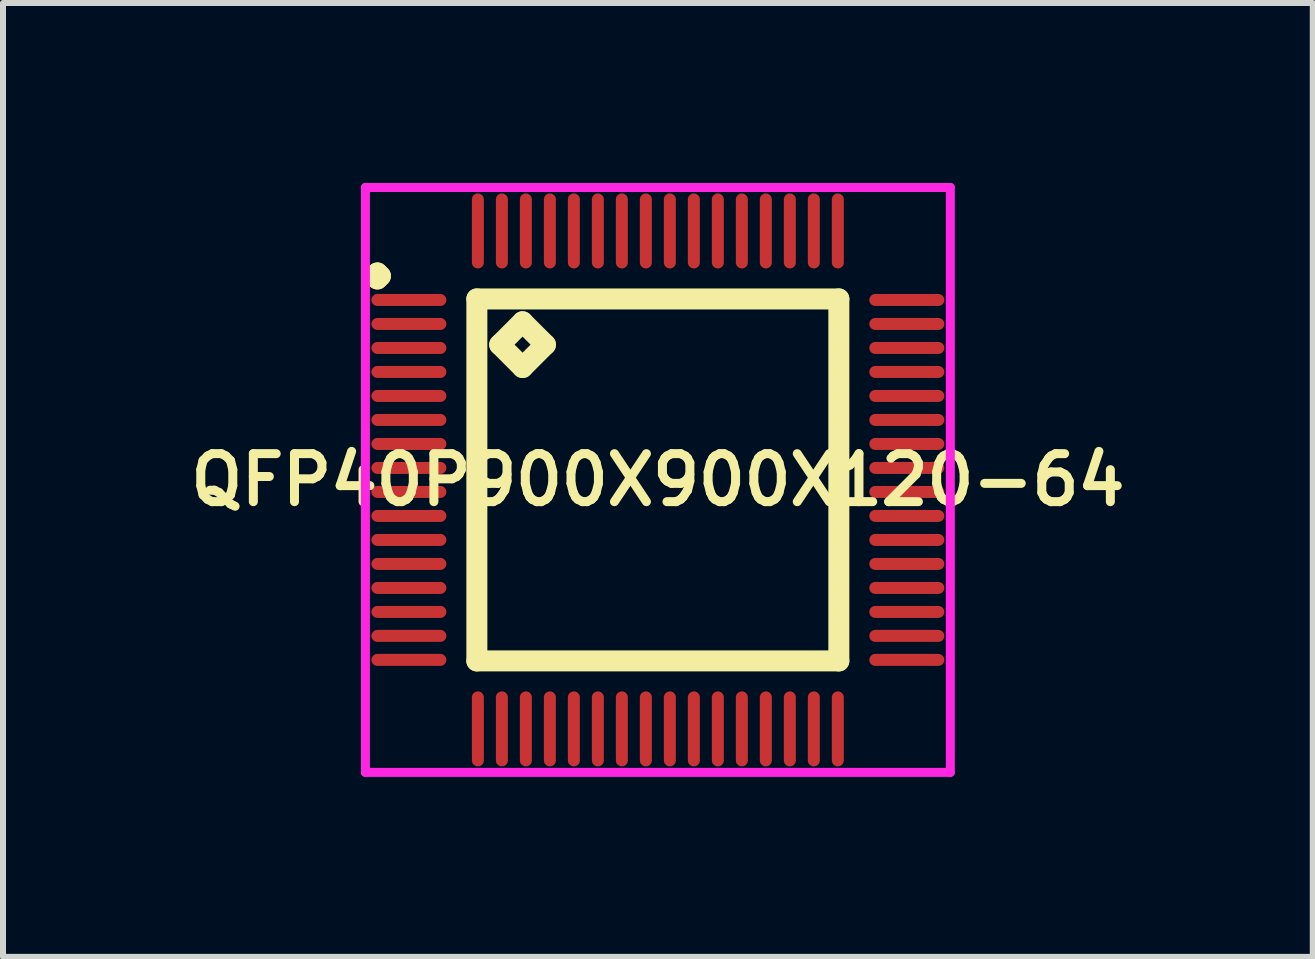
<source format=kicad_pcb>
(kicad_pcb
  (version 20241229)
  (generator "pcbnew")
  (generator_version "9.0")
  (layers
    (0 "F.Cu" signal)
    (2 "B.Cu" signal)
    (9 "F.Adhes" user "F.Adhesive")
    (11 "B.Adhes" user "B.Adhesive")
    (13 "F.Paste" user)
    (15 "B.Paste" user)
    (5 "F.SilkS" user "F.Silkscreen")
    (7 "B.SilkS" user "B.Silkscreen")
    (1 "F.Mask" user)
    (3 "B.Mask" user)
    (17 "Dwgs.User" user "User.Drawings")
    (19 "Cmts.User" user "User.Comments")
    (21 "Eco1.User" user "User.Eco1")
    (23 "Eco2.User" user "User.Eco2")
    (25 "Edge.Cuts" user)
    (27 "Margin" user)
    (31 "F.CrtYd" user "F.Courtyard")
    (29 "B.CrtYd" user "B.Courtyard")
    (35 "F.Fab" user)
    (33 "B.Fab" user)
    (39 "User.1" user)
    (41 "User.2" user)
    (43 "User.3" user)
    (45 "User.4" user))
  (footprint "QFP40P900X900X120-64"
    (layer "F.Cu")
    (at 7.916 4.95)
    (property "Reference" "QFP40P900X900X120-64" (at 0 0 0) (layer "F.SilkS") (effects (font (size 0.8 0.8) (thickness 0.15))))
    (attr smd)
    (fp_line (start -4.725 -3.4) (end -4.675 -3.45) (stroke (width 0.35) (type solid)) (layer "F.SilkS"))
    (fp_line (start -4.675 -3.45) (end -4.625 -3.4) (stroke (width 0.35) (type solid)) (layer "F.SilkS"))
    (fp_line (start -4.675 -3.35) (end -4.725 -3.4) (stroke (width 0.35) (type solid)) (layer "F.SilkS"))
    (fp_line (start -4.625 -3.4) (end -4.675 -3.35) (stroke (width 0.35) (type solid)) (layer "F.SilkS"))
    (fp_line (start -3.017 -3.017) (end -3.017 3.017) (stroke (width 0.35) (type solid)) (layer "F.SilkS"))
    (fp_line (start -3.017 3.017) (end 3.017 3.017) (stroke (width 0.35) (type solid)) (layer "F.SilkS"))
    (fp_line (start -2.636 -2.255) (end -2.255 -2.636) (stroke (width 0.35) (type solid)) (layer "F.SilkS"))
    (fp_line (start -2.255 -2.636) (end -1.874 -2.255) (stroke (width 0.35) (type solid)) (layer "F.SilkS"))
    (fp_line (start -2.255 -1.874) (end -2.636 -2.255) (stroke (width 0.35) (type solid)) (layer "F.SilkS"))
    (fp_line (start -1.874 -2.255) (end -2.255 -1.874) (stroke (width 0.35) (type solid)) (layer "F.SilkS"))
    (fp_line (start 3.017 -3.017) (end -3.017 -3.017) (stroke (width 0.35) (type solid)) (layer "F.SilkS"))
    (fp_line (start 3.017 3.017) (end 3.017 -3.017) (stroke (width 0.35) (type solid)) (layer "F.SilkS"))
    (fp_line (start -4.875 -4.875) (end 4.875 -4.875) (stroke (width 0.15) (type solid)) (layer "F.CrtYd"))
    (fp_line (start -4.875 4.875) (end -4.875 -4.875) (stroke (width 0.15) (type solid)) (layer "F.CrtYd"))
    (fp_line (start 4.875 -4.875) (end 4.875 4.875) (stroke (width 0.15) (type solid)) (layer "F.CrtYd"))
    (fp_line (start 4.875 4.875) (end -4.875 4.875) (stroke (width 0.15) (type solid)) (layer "F.CrtYd"))
    (pad "1" smd oval (at -4.15 -3) (size 1.25 0.2) (layers "F.Cu" "F.Mask" "F.Paste"))
    (pad "2" smd oval (at -4.15 -2.6) (size 1.25 0.2) (layers "F.Cu" "F.Mask" "F.Paste"))
    (pad "3" smd oval (at -4.15 -2.2) (size 1.25 0.2) (layers "F.Cu" "F.Mask" "F.Paste"))
    (pad "4" smd oval (at -4.15 -1.8) (size 1.25 0.2) (layers "F.Cu" "F.Mask" "F.Paste"))
    (pad "5" smd oval (at -4.15 -1.4) (size 1.25 0.2) (layers "F.Cu" "F.Mask" "F.Paste"))
    (pad "6" smd oval (at -4.15 -1) (size 1.25 0.2) (layers "F.Cu" "F.Mask" "F.Paste"))
    (pad "7" smd oval (at -4.15 -0.6) (size 1.25 0.2) (layers "F.Cu" "F.Mask" "F.Paste"))
    (pad "8" smd oval (at -4.15 -0.2) (size 1.25 0.2) (layers "F.Cu" "F.Mask" "F.Paste"))
    (pad "9" smd oval (at -4.15 0.2) (size 1.25 0.2) (layers "F.Cu" "F.Mask" "F.Paste"))
    (pad "10" smd oval (at -4.15 0.6) (size 1.25 0.2) (layers "F.Cu" "F.Mask" "F.Paste"))
    (pad "11" smd oval (at -4.15 1) (size 1.25 0.2) (layers "F.Cu" "F.Mask" "F.Paste"))
    (pad "12" smd oval (at -4.15 1.4) (size 1.25 0.2) (layers "F.Cu" "F.Mask" "F.Paste"))
    (pad "13" smd oval (at -4.15 1.8) (size 1.25 0.2) (layers "F.Cu" "F.Mask" "F.Paste"))
    (pad "14" smd oval (at -4.15 2.2) (size 1.25 0.2) (layers "F.Cu" "F.Mask" "F.Paste"))
    (pad "15" smd oval (at -4.15 2.6) (size 1.25 0.2) (layers "F.Cu" "F.Mask" "F.Paste"))
    (pad "16" smd oval (at -4.15 3) (size 1.25 0.2) (layers "F.Cu" "F.Mask" "F.Paste"))
    (pad "17" smd oval (at -3 4.15) (size 0.2 1.25) (layers "F.Cu" "F.Mask" "F.Paste"))
    (pad "18" smd oval (at -2.6 4.15) (size 0.2 1.25) (layers "F.Cu" "F.Mask" "F.Paste"))
    (pad "19" smd oval (at -2.2 4.15) (size 0.2 1.25) (layers "F.Cu" "F.Mask" "F.Paste"))
    (pad "20" smd oval (at -1.8 4.15) (size 0.2 1.25) (layers "F.Cu" "F.Mask" "F.Paste"))
    (pad "21" smd oval (at -1.4 4.15) (size 0.2 1.25) (layers "F.Cu" "F.Mask" "F.Paste"))
    (pad "22" smd oval (at -1 4.15) (size 0.2 1.25) (layers "F.Cu" "F.Mask" "F.Paste"))
    (pad "23" smd oval (at -0.6 4.15) (size 0.2 1.25) (layers "F.Cu" "F.Mask" "F.Paste"))
    (pad "24" smd oval (at -0.2 4.15) (size 0.2 1.25) (layers "F.Cu" "F.Mask" "F.Paste"))
    (pad "25" smd oval (at 0.2 4.15) (size 0.2 1.25) (layers "F.Cu" "F.Mask" "F.Paste"))
    (pad "26" smd oval (at 0.6 4.15) (size 0.2 1.25) (layers "F.Cu" "F.Mask" "F.Paste"))
    (pad "27" smd oval (at 1 4.15) (size 0.2 1.25) (layers "F.Cu" "F.Mask" "F.Paste"))
    (pad "28" smd oval (at 1.4 4.15) (size 0.2 1.25) (layers "F.Cu" "F.Mask" "F.Paste"))
    (pad "29" smd oval (at 1.8 4.15) (size 0.2 1.25) (layers "F.Cu" "F.Mask" "F.Paste"))
    (pad "30" smd oval (at 2.2 4.15) (size 0.2 1.25) (layers "F.Cu" "F.Mask" "F.Paste"))
    (pad "31" smd oval (at 2.6 4.15) (size 0.2 1.25) (layers "F.Cu" "F.Mask" "F.Paste"))
    (pad "32" smd oval (at 3 4.15) (size 0.2 1.25) (layers "F.Cu" "F.Mask" "F.Paste"))
    (pad "33" smd oval (at 4.15 3) (size 1.25 0.2) (layers "F.Cu" "F.Mask" "F.Paste"))
    (pad "34" smd oval (at 4.15 2.6) (size 1.25 0.2) (layers "F.Cu" "F.Mask" "F.Paste"))
    (pad "35" smd oval (at 4.15 2.2) (size 1.25 0.2) (layers "F.Cu" "F.Mask" "F.Paste"))
    (pad "36" smd oval (at 4.15 1.8) (size 1.25 0.2) (layers "F.Cu" "F.Mask" "F.Paste"))
    (pad "37" smd oval (at 4.15 1.4) (size 1.25 0.2) (layers "F.Cu" "F.Mask" "F.Paste"))
    (pad "38" smd oval (at 4.15 1) (size 1.25 0.2) (layers "F.Cu" "F.Mask" "F.Paste"))
    (pad "39" smd oval (at 4.15 0.6) (size 1.25 0.2) (layers "F.Cu" "F.Mask" "F.Paste"))
    (pad "40" smd oval (at 4.15 0.2) (size 1.25 0.2) (layers "F.Cu" "F.Mask" "F.Paste"))
    (pad "41" smd oval (at 4.15 -0.2) (size 1.25 0.2) (layers "F.Cu" "F.Mask" "F.Paste"))
    (pad "42" smd oval (at 4.15 -0.6) (size 1.25 0.2) (layers "F.Cu" "F.Mask" "F.Paste"))
    (pad "43" smd oval (at 4.15 -1) (size 1.25 0.2) (layers "F.Cu" "F.Mask" "F.Paste"))
    (pad "44" smd oval (at 4.15 -1.4) (size 1.25 0.2) (layers "F.Cu" "F.Mask" "F.Paste"))
    (pad "45" smd oval (at 4.15 -1.8) (size 1.25 0.2) (layers "F.Cu" "F.Mask" "F.Paste"))
    (pad "46" smd oval (at 4.15 -2.2) (size 1.25 0.2) (layers "F.Cu" "F.Mask" "F.Paste"))
    (pad "47" smd oval (at 4.15 -2.6) (size 1.25 0.2) (layers "F.Cu" "F.Mask" "F.Paste"))
    (pad "48" smd oval (at 4.15 -3) (size 1.25 0.2) (layers "F.Cu" "F.Mask" "F.Paste"))
    (pad "49" smd oval (at 3 -4.15) (size 0.2 1.25) (layers "F.Cu" "F.Mask" "F.Paste"))
    (pad "50" smd oval (at 2.6 -4.15) (size 0.2 1.25) (layers "F.Cu" "F.Mask" "F.Paste"))
    (pad "51" smd oval (at 2.2 -4.15) (size 0.2 1.25) (layers "F.Cu" "F.Mask" "F.Paste"))
    (pad "52" smd oval (at 1.8 -4.15) (size 0.2 1.25) (layers "F.Cu" "F.Mask" "F.Paste"))
    (pad "53" smd oval (at 1.4 -4.15) (size 0.2 1.25) (layers "F.Cu" "F.Mask" "F.Paste"))
    (pad "54" smd oval (at 1 -4.15) (size 0.2 1.25) (layers "F.Cu" "F.Mask" "F.Paste"))
    (pad "55" smd oval (at 0.6 -4.15) (size 0.2 1.25) (layers "F.Cu" "F.Mask" "F.Paste"))
    (pad "56" smd oval (at 0.2 -4.15) (size 0.2 1.25) (layers "F.Cu" "F.Mask" "F.Paste"))
    (pad "57" smd oval (at -0.2 -4.15) (size 0.2 1.25) (layers "F.Cu" "F.Mask" "F.Paste"))
    (pad "58" smd oval (at -0.6 -4.15) (size 0.2 1.25) (layers "F.Cu" "F.Mask" "F.Paste"))
    (pad "59" smd oval (at -1 -4.15) (size 0.2 1.25) (layers "F.Cu" "F.Mask" "F.Paste"))
    (pad "60" smd oval (at -1.4 -4.15) (size 0.2 1.25) (layers "F.Cu" "F.Mask" "F.Paste"))
    (pad "61" smd oval (at -1.8 -4.15) (size 0.2 1.25) (layers "F.Cu" "F.Mask" "F.Paste"))
    (pad "62" smd oval (at -2.2 -4.15) (size 0.2 1.25) (layers "F.Cu" "F.Mask" "F.Paste"))
    (pad "63" smd oval (at -2.6 -4.15) (size 0.2 1.25) (layers "F.Cu" "F.Mask" "F.Paste"))
    (pad "64" smd oval (at -3 -4.15) (size 0.2 1.25) (layers "F.Cu" "F.Mask" "F.Paste")))
  (gr_rect
    (start -3 -3)
    (end 18.833 12.9)
    (stroke (width 0.1) (type default))
    (fill no)
    (layer "Edge.Cuts")))
</source>
